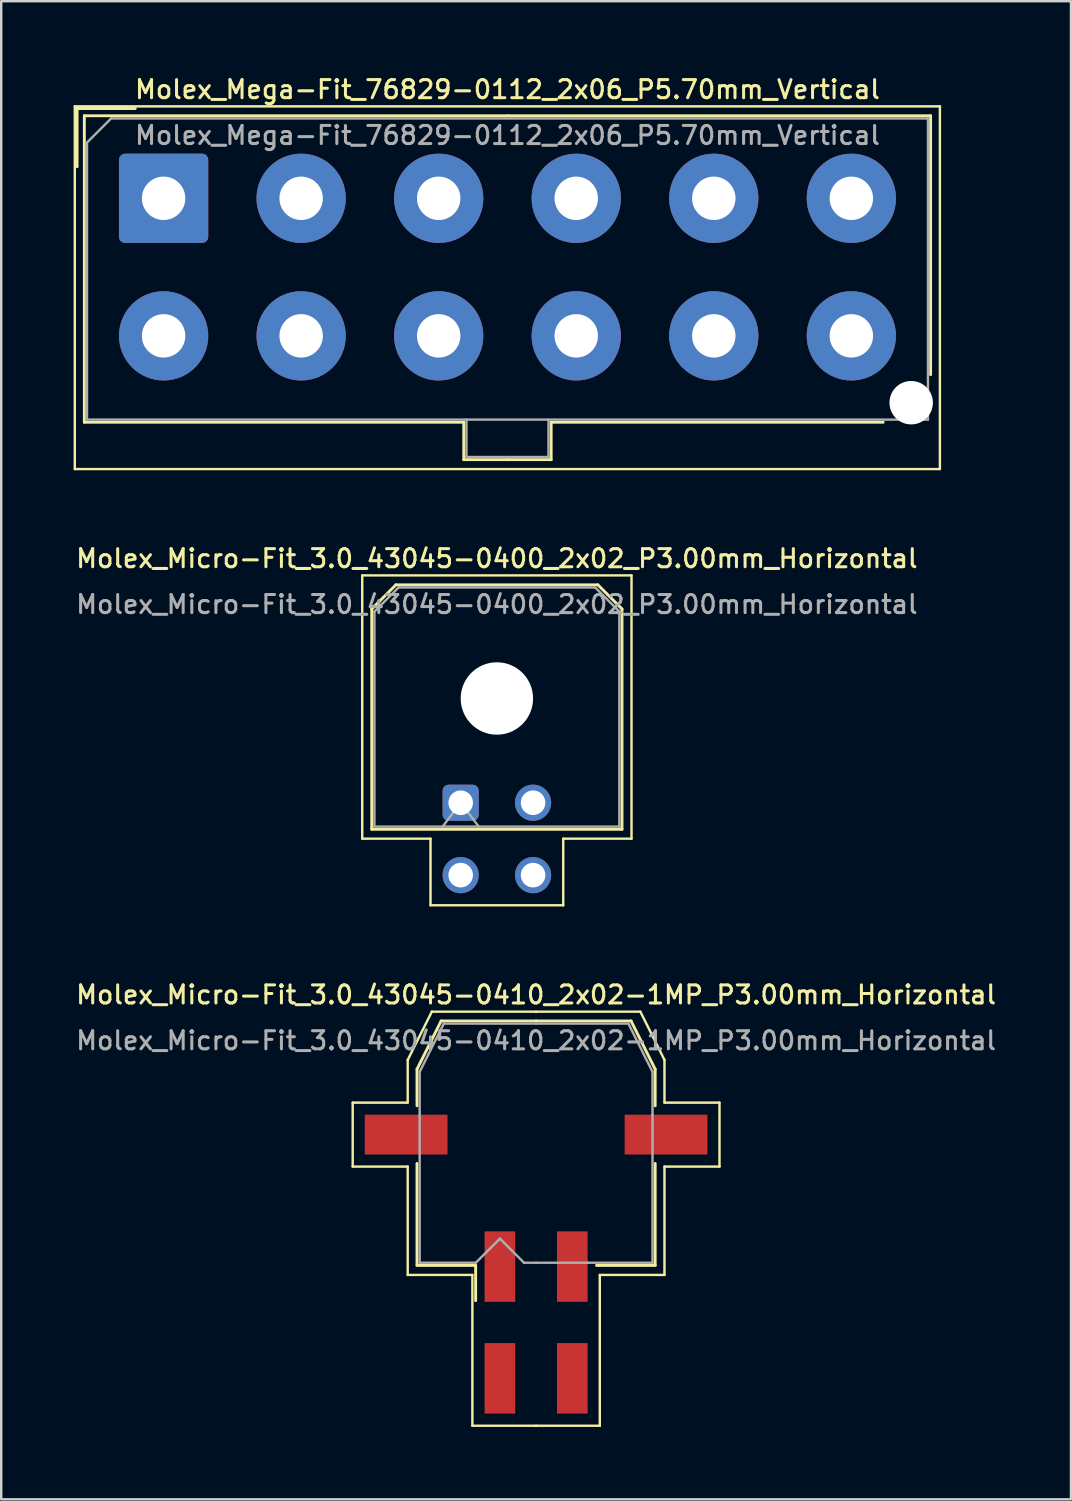
<source format=kicad_pcb>
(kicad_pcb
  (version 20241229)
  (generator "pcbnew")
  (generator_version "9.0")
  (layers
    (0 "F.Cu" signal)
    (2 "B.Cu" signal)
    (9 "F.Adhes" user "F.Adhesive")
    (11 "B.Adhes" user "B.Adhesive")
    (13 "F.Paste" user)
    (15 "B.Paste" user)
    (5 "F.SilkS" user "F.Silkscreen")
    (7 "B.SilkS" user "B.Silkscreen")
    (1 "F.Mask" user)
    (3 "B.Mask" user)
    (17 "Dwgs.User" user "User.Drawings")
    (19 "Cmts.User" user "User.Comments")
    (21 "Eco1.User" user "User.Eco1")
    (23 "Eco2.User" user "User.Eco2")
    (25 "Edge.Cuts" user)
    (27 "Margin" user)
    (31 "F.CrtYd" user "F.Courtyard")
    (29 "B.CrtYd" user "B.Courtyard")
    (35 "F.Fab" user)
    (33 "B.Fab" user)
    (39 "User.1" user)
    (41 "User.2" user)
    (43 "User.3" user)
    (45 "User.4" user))
  (footprint "Molex_Mega-Fit_76829-0112_2x06_P5.70mm_Vertical"
    (layer "F.Cu")
    (at 3.73 5.168)
    (property "Reference" "Molex_Mega-Fit_76829-0112_2x06_P5.70mm_Vertical" (at 14.25 -4.51 0) (layer "F.SilkS") (effects (font (size 0.75 0.75) (thickness 0.125))))
    (attr through_hole)
    (fp_line (start -3.68 -3.81) (end -3.68 11.22) (stroke (width 0.1) (type solid)) (layer "F.SilkS"))
    (fp_line (start -3.68 11.22) (end 32.17 11.22) (stroke (width 0.1) (type solid)) (layer "F.SilkS"))
    (fp_line (start -3.585 -3.72) (end -1.175 -3.72) (stroke (width 0.12) (type solid)) (layer "F.SilkS"))
    (fp_line (start -3.585 -1.31) (end -3.585 -3.72) (stroke (width 0.12) (type solid)) (layer "F.SilkS"))
    (fp_line (start -3.285 -3.42) (end -3.285 9.28) (stroke (width 0.12) (type solid)) (layer "F.SilkS"))
    (fp_line (start -3.285 9.28) (end 12.44 9.28) (stroke (width 0.12) (type solid)) (layer "F.SilkS"))
    (fp_line (start 12.44 9.28) (end 12.44 10.83) (stroke (width 0.12) (type solid)) (layer "F.SilkS"))
    (fp_line (start 12.44 10.83) (end 14.25 10.83) (stroke (width 0.12) (type solid)) (layer "F.SilkS"))
    (fp_line (start 14.25 -3.42) (end -3.285 -3.42) (stroke (width 0.12) (type solid)) (layer "F.SilkS"))
    (fp_line (start 14.25 -3.42) (end 31.785 -3.42) (stroke (width 0.12) (type solid)) (layer "F.SilkS"))
    (fp_line (start 16.06 9.28) (end 16.06 10.83) (stroke (width 0.12) (type solid)) (layer "F.SilkS"))
    (fp_line (start 16.06 10.83) (end 14.25 10.83) (stroke (width 0.12) (type solid)) (layer "F.SilkS"))
    (fp_line (start 29.82 9.28) (end 16.06 9.28) (stroke (width 0.12) (type solid)) (layer "F.SilkS"))
    (fp_line (start 31.785 -3.42) (end 31.785 7.31) (stroke (width 0.12) (type solid)) (layer "F.SilkS"))
    (fp_line (start 32.17 -3.81) (end -3.68 -3.81) (stroke (width 0.1) (type solid)) (layer "F.SilkS"))
    (fp_line (start 32.17 11.22) (end 32.17 -3.81) (stroke (width 0.1) (type solid)) (layer "F.SilkS"))
    (fp_line (start -3.175 -2.31) (end -3.175 9.17) (stroke (width 0.1) (type solid)) (layer "F.Fab"))
    (fp_line (start -3.175 9.17) (end 31.675 9.17) (stroke (width 0.1) (type solid)) (layer "F.Fab"))
    (fp_line (start -2.175 -3.31) (end -3.175 -2.31) (stroke (width 0.1) (type solid)) (layer "F.Fab"))
    (fp_line (start 12.55 9.17) (end 12.55 10.72) (stroke (width 0.1) (type solid)) (layer "F.Fab"))
    (fp_line (start 12.55 10.72) (end 15.95 10.72) (stroke (width 0.1) (type solid)) (layer "F.Fab"))
    (fp_line (start 15.95 10.72) (end 15.95 9.17) (stroke (width 0.1) (type solid)) (layer "F.Fab"))
    (fp_line (start 31.675 -3.31) (end -2.175 -3.31) (stroke (width 0.1) (type solid)) (layer "F.Fab"))
    (fp_line (start 31.675 9.17) (end 31.675 -3.31) (stroke (width 0.1) (type solid)) (layer "F.Fab"))
    (fp_text user "${REFERENCE}" (at 14.25 -2.61 0) (layer "F.Fab") (effects (font (size 0.75 0.75) (thickness 0.125))))
    (pad "" np_thru_hole circle (at 30.98 8.47) (size 1.8 1.8) (drill 1.8) (layers "*.Cu" "*.Mask"))
    (pad "1" thru_hole roundrect (at 0 0) (size 3.7 3.7) (drill 1.8) (layers "*.Cu" "*.Mask") (roundrect_rratio 0.068))
    (pad "2" thru_hole circle (at 5.7 0) (size 3.7 3.7) (drill 1.8) (layers "*.Cu" "*.Mask"))
    (pad "3" thru_hole circle (at 11.4 0) (size 3.7 3.7) (drill 1.8) (layers "*.Cu" "*.Mask"))
    (pad "4" thru_hole circle (at 17.1 0) (size 3.7 3.7) (drill 1.8) (layers "*.Cu" "*.Mask"))
    (pad "5" thru_hole circle (at 22.8 0) (size 3.7 3.7) (drill 1.8) (layers "*.Cu" "*.Mask"))
    (pad "6" thru_hole circle (at 28.5 0) (size 3.7 3.7) (drill 1.8) (layers "*.Cu" "*.Mask"))
    (pad "7" thru_hole circle (at 0 5.7) (size 3.7 3.7) (drill 1.8) (layers "*.Cu" "*.Mask"))
    (pad "8" thru_hole circle (at 5.7 5.7) (size 3.7 3.7) (drill 1.8) (layers "*.Cu" "*.Mask"))
    (pad "9" thru_hole circle (at 11.4 5.7) (size 3.7 3.7) (drill 1.8) (layers "*.Cu" "*.Mask"))
    (pad "10" thru_hole circle (at 17.1 5.7) (size 3.7 3.7) (drill 1.8) (layers "*.Cu" "*.Mask"))
    (pad "11" thru_hole circle (at 22.8 5.7) (size 3.7 3.7) (drill 1.8) (layers "*.Cu" "*.Mask"))
    (pad "12" thru_hole circle (at 28.5 5.7) (size 3.7 3.7) (drill 1.8) (layers "*.Cu" "*.Mask")))
  (footprint "Molex_Micro-Fit_3.0_43045-0400_2x02_P3.00mm_Horizontal"
    (layer "F.Cu")
    (at 16.041 30.216)
    (property "Reference" "Molex_Micro-Fit_3.0_43045-0400_2x02_P3.00mm_Horizontal" (at 1.5 -10.12 0) (layer "F.SilkS") (effects (font (size 0.75 0.75) (thickness 0.125))))
    (attr through_hole)
    (fp_line (start -4.08 -9.42) (end 7.08 -9.42) (stroke (width 0.1) (type solid)) (layer "F.SilkS"))
    (fp_line (start -4.08 1.49) (end -4.08 -9.42) (stroke (width 0.1) (type solid)) (layer "F.SilkS"))
    (fp_line (start -3.685 -8.03) (end -2.685 -9.03) (stroke (width 0.12) (type solid)) (layer "F.SilkS"))
    (fp_line (start -3.685 1.1) (end -3.685 -8.03) (stroke (width 0.12) (type solid)) (layer "F.SilkS"))
    (fp_line (start -2.685 -9.03) (end 5.685 -9.03) (stroke (width 0.12) (type solid)) (layer "F.SilkS"))
    (fp_line (start -1.25 1.49) (end -4.08 1.49) (stroke (width 0.1) (type solid)) (layer "F.SilkS"))
    (fp_line (start -1.25 4.25) (end -1.25 1.49) (stroke (width 0.1) (type solid)) (layer "F.SilkS"))
    (fp_line (start 4.25 1.49) (end 4.25 4.25) (stroke (width 0.1) (type solid)) (layer "F.SilkS"))
    (fp_line (start 4.25 4.25) (end -1.25 4.25) (stroke (width 0.1) (type solid)) (layer "F.SilkS"))
    (fp_line (start 5.685 -9.03) (end 6.685 -8.03) (stroke (width 0.12) (type solid)) (layer "F.SilkS"))
    (fp_line (start 6.685 -8.03) (end 6.685 1.1) (stroke (width 0.12) (type solid)) (layer "F.SilkS"))
    (fp_line (start 6.685 1.1) (end -3.685 1.1) (stroke (width 0.12) (type solid)) (layer "F.SilkS"))
    (fp_line (start 7.08 -9.42) (end 7.08 1.49) (stroke (width 0.1) (type solid)) (layer "F.SilkS"))
    (fp_line (start 7.08 1.49) (end 4.25 1.49) (stroke (width 0.1) (type solid)) (layer "F.SilkS"))
    (fp_line (start -3.575 -7.92) (end -2.575 -8.92) (stroke (width 0.1) (type solid)) (layer "F.Fab"))
    (fp_line (start -3.575 0.99) (end -3.575 -7.92) (stroke (width 0.1) (type solid)) (layer "F.Fab"))
    (fp_line (start -2.575 -8.92) (end 5.575 -8.92) (stroke (width 0.1) (type solid)) (layer "F.Fab"))
    (fp_line (start -0.75 0.99) (end 0 0) (stroke (width 0.1) (type solid)) (layer "F.Fab"))
    (fp_line (start 0 0) (end 0.75 0.99) (stroke (width 0.1) (type solid)) (layer "F.Fab"))
    (fp_line (start 5.575 -8.92) (end 6.575 -7.92) (stroke (width 0.1) (type solid)) (layer "F.Fab"))
    (fp_line (start 6.575 -7.92) (end 6.575 0.99) (stroke (width 0.1) (type solid)) (layer "F.Fab"))
    (fp_line (start 6.575 0.99) (end -3.575 0.99) (stroke (width 0.1) (type solid)) (layer "F.Fab"))
    (fp_text user "${REFERENCE}" (at 1.5 -8.22 0) (layer "F.Fab") (effects (font (size 0.75 0.75) (thickness 0.125))))
    (pad "" np_thru_hole circle (at 1.5 -4.32) (size 3 3) (drill 3) (layers "*.Cu" "*.Mask"))
    (pad "1" thru_hole roundrect (at 0 0) (size 1.5 1.5) (drill 1.02) (layers "*.Cu" "*.Mask") (roundrect_rratio 0.167))
    (pad "2" thru_hole circle (at 3 0) (size 1.5 1.5) (drill 1.02) (layers "*.Cu" "*.Mask"))
    (pad "3" thru_hole circle (at 0 3) (size 1.5 1.5) (drill 1.02) (layers "*.Cu" "*.Mask"))
    (pad "4" thru_hole circle (at 3 3) (size 1.5 1.5) (drill 1.02) (layers "*.Cu" "*.Mask")))
  (footprint "Molex_Micro-Fit_3.0_43045-0410_2x02-1MP_P3.00mm_Horizontal"
    (layer "F.Cu")
    (at 19.166 51.754)
    (property "Reference" "Molex_Micro-Fit_3.0_43045-0410_2x02-1MP_P3.00mm_Horizontal" (at 0 -13.58 0) (layer "F.SilkS") (effects (font (size 0.75 0.75) (thickness 0.125))))
    (attr smd)
    (fp_line (start -7.6 -9.11) (end -7.6 -6.46) (stroke (width 0.1) (type solid)) (layer "F.SilkS"))
    (fp_line (start -7.6 -6.46) (end -5.32 -6.46) (stroke (width 0.1) (type solid)) (layer "F.SilkS"))
    (fp_line (start -5.32 -10.88) (end -5.32 -9.11) (stroke (width 0.1) (type solid)) (layer "F.SilkS"))
    (fp_line (start -5.32 -9.11) (end -7.6 -9.11) (stroke (width 0.1) (type solid)) (layer "F.SilkS"))
    (fp_line (start -5.32 -6.46) (end -5.32 -1.97) (stroke (width 0.1) (type solid)) (layer "F.SilkS"))
    (fp_line (start -5.32 -1.97) (end -2.64 -1.97) (stroke (width 0.1) (type solid)) (layer "F.SilkS"))
    (fp_line (start -4.935 -10.495) (end -4.935 -8.98) (stroke (width 0.12) (type solid)) (layer "F.SilkS"))
    (fp_line (start -4.935 -6.59) (end -4.935 -2.365) (stroke (width 0.12) (type solid)) (layer "F.SilkS"))
    (fp_line (start -4.935 -2.365) (end -2.505 -2.365) (stroke (width 0.12) (type solid)) (layer "F.SilkS"))
    (fp_line (start -4.32 -12.88) (end -5.32 -10.88) (stroke (width 0.1) (type solid)) (layer "F.SilkS"))
    (fp_line (start -3.935 -12.495) (end -4.935 -10.495) (stroke (width 0.12) (type solid)) (layer "F.SilkS"))
    (fp_line (start -2.64 -1.97) (end -2.64 4.28) (stroke (width 0.1) (type solid)) (layer "F.SilkS"))
    (fp_line (start -2.64 4.28) (end 0 4.28) (stroke (width 0.1) (type solid)) (layer "F.SilkS"))
    (fp_line (start -2.505 -2.365) (end -2.505 -0.905) (stroke (width 0.12) (type solid)) (layer "F.SilkS"))
    (fp_line (start 0 -12.88) (end -4.32 -12.88) (stroke (width 0.1) (type solid)) (layer "F.SilkS"))
    (fp_line (start 0 -12.88) (end 4.32 -12.88) (stroke (width 0.1) (type solid)) (layer "F.SilkS"))
    (fp_line (start 0 -12.495) (end -3.935 -12.495) (stroke (width 0.12) (type solid)) (layer "F.SilkS"))
    (fp_line (start 0 -12.495) (end 3.935 -12.495) (stroke (width 0.12) (type solid)) (layer "F.SilkS"))
    (fp_line (start 2.64 -1.97) (end 2.64 4.28) (stroke (width 0.1) (type solid)) (layer "F.SilkS"))
    (fp_line (start 2.64 4.28) (end 0 4.28) (stroke (width 0.1) (type solid)) (layer "F.SilkS"))
    (fp_line (start 3.935 -12.495) (end 4.935 -10.495) (stroke (width 0.12) (type solid)) (layer "F.SilkS"))
    (fp_line (start 4.32 -12.88) (end 5.32 -10.88) (stroke (width 0.1) (type solid)) (layer "F.SilkS"))
    (fp_line (start 4.935 -10.495) (end 4.935 -8.98) (stroke (width 0.12) (type solid)) (layer "F.SilkS"))
    (fp_line (start 4.935 -6.59) (end 4.935 -2.365) (stroke (width 0.12) (type solid)) (layer "F.SilkS"))
    (fp_line (start 4.935 -2.365) (end 2.505 -2.365) (stroke (width 0.12) (type solid)) (layer "F.SilkS"))
    (fp_line (start 5.32 -10.88) (end 5.32 -9.11) (stroke (width 0.1) (type solid)) (layer "F.SilkS"))
    (fp_line (start 5.32 -9.11) (end 7.6 -9.11) (stroke (width 0.1) (type solid)) (layer "F.SilkS"))
    (fp_line (start 5.32 -6.46) (end 5.32 -1.97) (stroke (width 0.1) (type solid)) (layer "F.SilkS"))
    (fp_line (start 5.32 -1.97) (end 2.64 -1.97) (stroke (width 0.1) (type solid)) (layer "F.SilkS"))
    (fp_line (start 7.6 -9.11) (end 7.6 -6.46) (stroke (width 0.1) (type solid)) (layer "F.SilkS"))
    (fp_line (start 7.6 -6.46) (end 5.32 -6.46) (stroke (width 0.1) (type solid)) (layer "F.SilkS"))
    (fp_line (start -4.825 -10.385) (end -4.825 -8.61) (stroke (width 0.1) (type solid)) (layer "F.Fab"))
    (fp_line (start -4.825 -8.61) (end -4.825 -2.475) (stroke (width 0.1) (type solid)) (layer "F.Fab"))
    (fp_line (start -4.825 -2.475) (end -2.5 -2.475) (stroke (width 0.1) (type solid)) (layer "F.Fab"))
    (fp_line (start -3.825 -12.385) (end -4.825 -10.385) (stroke (width 0.1) (type solid)) (layer "F.Fab"))
    (fp_line (start -2.5 -2.475) (end -1.5 -3.475) (stroke (width 0.1) (type solid)) (layer "F.Fab"))
    (fp_line (start -1.5 -3.475) (end -0.5 -2.475) (stroke (width 0.1) (type solid)) (layer "F.Fab"))
    (fp_line (start -0.5 -2.475) (end 0 -2.475) (stroke (width 0.1) (type solid)) (layer "F.Fab"))
    (fp_line (start 0 -12.385) (end -3.825 -12.385) (stroke (width 0.1) (type solid)) (layer "F.Fab"))
    (fp_line (start 0 -12.385) (end 3.825 -12.385) (stroke (width 0.1) (type solid)) (layer "F.Fab"))
    (fp_line (start 2.135 -2.475) (end 0 -2.475) (stroke (width 0.1) (type solid)) (layer "F.Fab"))
    (fp_line (start 3.825 -12.385) (end 4.825 -10.385) (stroke (width 0.1) (type solid)) (layer "F.Fab"))
    (fp_line (start 4.825 -10.385) (end 4.825 -8.61) (stroke (width 0.1) (type solid)) (layer "F.Fab"))
    (fp_line (start 4.825 -8.61) (end 4.825 -2.475) (stroke (width 0.1) (type solid)) (layer "F.Fab"))
    (fp_line (start 4.825 -2.475) (end 2.135 -2.475) (stroke (width 0.1) (type solid)) (layer "F.Fab"))
    (fp_text user "${REFERENCE}" (at 0 -11.68 0) (layer "F.Fab") (effects (font (size 0.75 0.75) (thickness 0.125))))
    (pad "1" smd rect (at -1.5 -2.315) (size 1.27 2.92) (layers "F.Cu" "F.Mask" "F.Paste"))
    (pad "2" smd rect (at 1.5 -2.315) (size 1.27 2.92) (layers "F.Cu" "F.Mask" "F.Paste"))
    (pad "3" smd rect (at -1.5 2.315) (size 1.27 2.92) (layers "F.Cu" "F.Mask" "F.Paste"))
    (pad "4" smd rect (at 1.5 2.315) (size 1.27 2.92) (layers "F.Cu" "F.Mask" "F.Paste"))
    (pad "MP" smd rect (at -5.385 -7.785) (size 3.43 1.65) (layers "F.Cu" "F.Mask" "F.Paste"))
    (pad "MP" smd rect (at 5.385 -7.785) (size 3.43 1.65) (layers "F.Cu" "F.Mask" "F.Paste")))
  (gr_rect
    (start -3 -3)
    (end 41.332 59.084)
    (stroke (width 0.1) (type default))
    (fill no)
    (layer "Edge.Cuts")))
</source>
